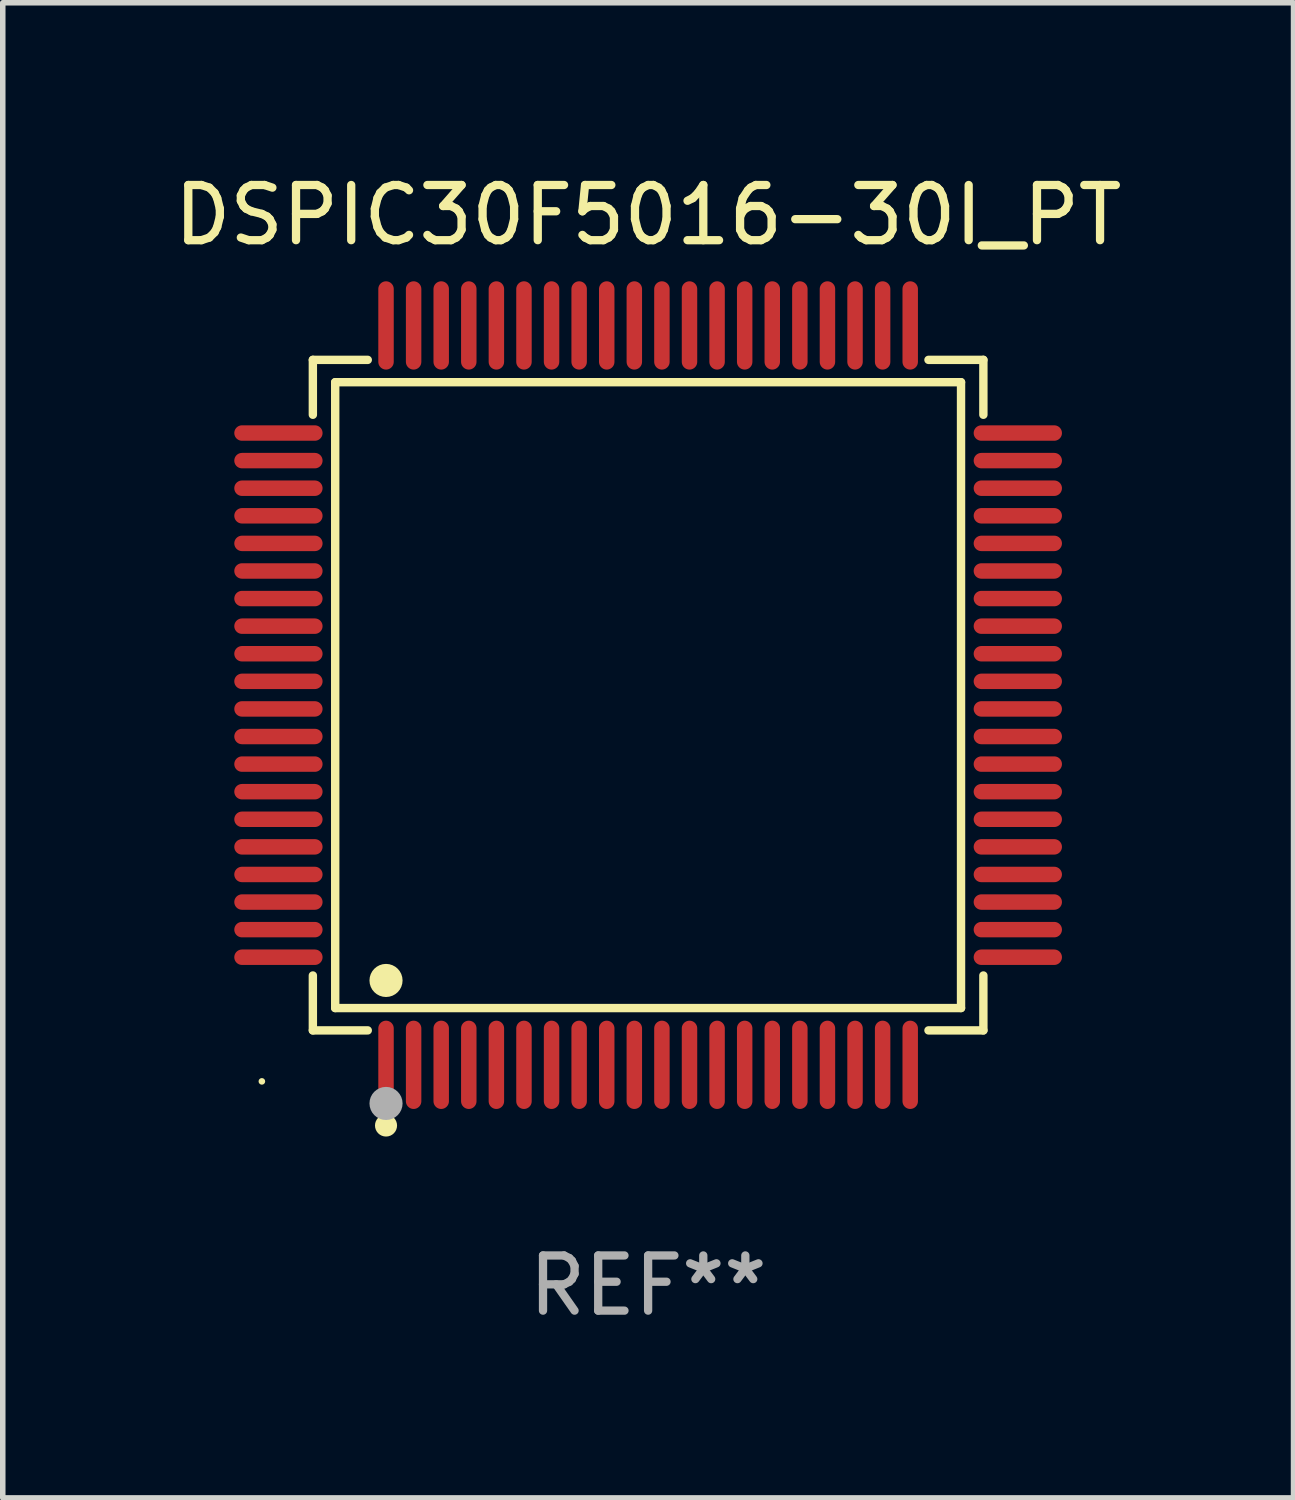
<source format=kicad_pcb>
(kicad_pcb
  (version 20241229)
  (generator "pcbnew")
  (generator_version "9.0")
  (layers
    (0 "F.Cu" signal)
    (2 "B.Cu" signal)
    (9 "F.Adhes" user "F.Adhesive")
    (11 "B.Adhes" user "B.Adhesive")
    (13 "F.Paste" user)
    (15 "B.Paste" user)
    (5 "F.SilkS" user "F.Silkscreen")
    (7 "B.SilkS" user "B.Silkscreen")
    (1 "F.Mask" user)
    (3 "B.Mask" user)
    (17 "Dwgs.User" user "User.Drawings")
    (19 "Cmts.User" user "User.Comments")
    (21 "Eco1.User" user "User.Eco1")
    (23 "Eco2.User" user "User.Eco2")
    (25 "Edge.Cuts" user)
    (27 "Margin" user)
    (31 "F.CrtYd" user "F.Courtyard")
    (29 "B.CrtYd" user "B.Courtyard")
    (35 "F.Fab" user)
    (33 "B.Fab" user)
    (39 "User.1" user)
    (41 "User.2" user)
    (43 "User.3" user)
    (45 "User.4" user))
  (footprint "DSPIC30F5016-30I_PT"
    (layer "F.Cu")
    (at 8.696 9.548)
    (property "Reference" "DSPIC30F5016-30I_PT" (at 0 -8.7 0) (layer "F.SilkS") (effects (font (size 1 1) (thickness 0.15))))
    (attr through_hole)
    (fp_line (start -6.076 -6.076) (end -5.081 -6.076) (stroke (width 0.152) (type solid)) (layer "F.SilkS"))
    (fp_line (start -6.076 -5.081) (end -6.076 -6.076) (stroke (width 0.152) (type solid)) (layer "F.SilkS"))
    (fp_line (start -6.076 5.081) (end -6.076 6.076) (stroke (width 0.152) (type solid)) (layer "F.SilkS"))
    (fp_line (start -6.076 6.076) (end -5.081 6.076) (stroke (width 0.152) (type solid)) (layer "F.SilkS"))
    (fp_line (start -5.671 -5.671) (end 5.671 -5.671) (stroke (width 0.152) (type solid)) (layer "F.SilkS"))
    (fp_line (start -5.671 5.671) (end -5.671 -5.671) (stroke (width 0.152) (type solid)) (layer "F.SilkS"))
    (fp_line (start 5.671 -5.671) (end 5.671 5.671) (stroke (width 0.152) (type solid)) (layer "F.SilkS"))
    (fp_line (start 5.671 5.671) (end -5.671 5.671) (stroke (width 0.152) (type solid)) (layer "F.SilkS"))
    (fp_line (start 6.076 -6.076) (end 5.081 -6.076) (stroke (width 0.152) (type solid)) (layer "F.SilkS"))
    (fp_line (start 6.076 -5.081) (end 6.076 -6.076) (stroke (width 0.152) (type solid)) (layer "F.SilkS"))
    (fp_line (start 6.076 5.081) (end 6.076 6.076) (stroke (width 0.152) (type solid)) (layer "F.SilkS"))
    (fp_line (start 6.076 6.076) (end 5.081 6.076) (stroke (width 0.152) (type solid)) (layer "F.SilkS"))
    (fp_circle (center -7 7) (end -6.97 7) (stroke (width 0.06) (type solid)) (fill no) (layer "F.SilkS"))
    (fp_circle (center -4.75 5.171) (end -4.6 5.171) (stroke (width 0.3) (type solid)) (fill no) (layer "F.SilkS"))
    (fp_circle (center -4.75 7.8) (end -4.65 7.8) (stroke (width 0.2) (type solid)) (fill no) (layer "F.SilkS"))
    (fp_circle (center -4.75 7.4) (end -4.6 7.4) (stroke (width 0.3) (type solid)) (fill no) (layer "F.Fab"))
    (fp_text user "REF**" (at 0 10.7 0) (layer "F.Fab") (effects (font (size 1 1) (thickness 0.15))))
    (pad "1" smd oval (at -4.75 6.7) (size 0.28 1.6) (layers "F.Cu" "F.Mask" "F.Paste"))
    (pad "2" smd oval (at -4.25 6.7) (size 0.28 1.6) (layers "F.Cu" "F.Mask" "F.Paste"))
    (pad "3" smd oval (at -3.75 6.7) (size 0.28 1.6) (layers "F.Cu" "F.Mask" "F.Paste"))
    (pad "4" smd oval (at -3.25 6.7) (size 0.28 1.6) (layers "F.Cu" "F.Mask" "F.Paste"))
    (pad "5" smd oval (at -2.75 6.7) (size 0.28 1.6) (layers "F.Cu" "F.Mask" "F.Paste"))
    (pad "6" smd oval (at -2.25 6.7) (size 0.28 1.6) (layers "F.Cu" "F.Mask" "F.Paste"))
    (pad "7" smd oval (at -1.75 6.7) (size 0.28 1.6) (layers "F.Cu" "F.Mask" "F.Paste"))
    (pad "8" smd oval (at -1.25 6.7) (size 0.28 1.6) (layers "F.Cu" "F.Mask" "F.Paste"))
    (pad "9" smd oval (at -0.75 6.7) (size 0.28 1.6) (layers "F.Cu" "F.Mask" "F.Paste"))
    (pad "10" smd oval (at -0.25 6.7) (size 0.28 1.6) (layers "F.Cu" "F.Mask" "F.Paste"))
    (pad "11" smd oval (at 0.25 6.7) (size 0.28 1.6) (layers "F.Cu" "F.Mask" "F.Paste"))
    (pad "12" smd oval (at 0.75 6.7) (size 0.28 1.6) (layers "F.Cu" "F.Mask" "F.Paste"))
    (pad "13" smd oval (at 1.25 6.7) (size 0.28 1.6) (layers "F.Cu" "F.Mask" "F.Paste"))
    (pad "14" smd oval (at 1.75 6.7) (size 0.28 1.6) (layers "F.Cu" "F.Mask" "F.Paste"))
    (pad "15" smd oval (at 2.25 6.7) (size 0.28 1.6) (layers "F.Cu" "F.Mask" "F.Paste"))
    (pad "16" smd oval (at 2.75 6.7) (size 0.28 1.6) (layers "F.Cu" "F.Mask" "F.Paste"))
    (pad "17" smd oval (at 3.25 6.7) (size 0.28 1.6) (layers "F.Cu" "F.Mask" "F.Paste"))
    (pad "18" smd oval (at 3.75 6.7) (size 0.28 1.6) (layers "F.Cu" "F.Mask" "F.Paste"))
    (pad "19" smd oval (at 4.25 6.7) (size 0.28 1.6) (layers "F.Cu" "F.Mask" "F.Paste"))
    (pad "20" smd oval (at 4.75 6.7) (size 0.28 1.6) (layers "F.Cu" "F.Mask" "F.Paste"))
    (pad "21" smd oval (at 6.7 4.75) (size 1.6 0.28) (layers "F.Cu" "F.Mask" "F.Paste"))
    (pad "22" smd oval (at 6.7 4.25) (size 1.6 0.28) (layers "F.Cu" "F.Mask" "F.Paste"))
    (pad "23" smd oval (at 6.7 3.75) (size 1.6 0.28) (layers "F.Cu" "F.Mask" "F.Paste"))
    (pad "24" smd oval (at 6.7 3.25) (size 1.6 0.28) (layers "F.Cu" "F.Mask" "F.Paste"))
    (pad "25" smd oval (at 6.7 2.75) (size 1.6 0.28) (layers "F.Cu" "F.Mask" "F.Paste"))
    (pad "26" smd oval (at 6.7 2.25) (size 1.6 0.28) (layers "F.Cu" "F.Mask" "F.Paste"))
    (pad "27" smd oval (at 6.7 1.75) (size 1.6 0.28) (layers "F.Cu" "F.Mask" "F.Paste"))
    (pad "28" smd oval (at 6.7 1.25) (size 1.6 0.28) (layers "F.Cu" "F.Mask" "F.Paste"))
    (pad "29" smd oval (at 6.7 0.75) (size 1.6 0.28) (layers "F.Cu" "F.Mask" "F.Paste"))
    (pad "30" smd oval (at 6.7 0.25) (size 1.6 0.28) (layers "F.Cu" "F.Mask" "F.Paste"))
    (pad "31" smd oval (at 6.7 -0.25) (size 1.6 0.28) (layers "F.Cu" "F.Mask" "F.Paste"))
    (pad "32" smd oval (at 6.7 -0.75) (size 1.6 0.28) (layers "F.Cu" "F.Mask" "F.Paste"))
    (pad "33" smd oval (at 6.7 -1.25) (size 1.6 0.28) (layers "F.Cu" "F.Mask" "F.Paste"))
    (pad "34" smd oval (at 6.7 -1.75) (size 1.6 0.28) (layers "F.Cu" "F.Mask" "F.Paste"))
    (pad "35" smd oval (at 6.7 -2.25) (size 1.6 0.28) (layers "F.Cu" "F.Mask" "F.Paste"))
    (pad "36" smd oval (at 6.7 -2.75) (size 1.6 0.28) (layers "F.Cu" "F.Mask" "F.Paste"))
    (pad "37" smd oval (at 6.7 -3.25) (size 1.6 0.28) (layers "F.Cu" "F.Mask" "F.Paste"))
    (pad "38" smd oval (at 6.7 -3.75) (size 1.6 0.28) (layers "F.Cu" "F.Mask" "F.Paste"))
    (pad "39" smd oval (at 6.7 -4.25) (size 1.6 0.28) (layers "F.Cu" "F.Mask" "F.Paste"))
    (pad "40" smd oval (at 6.7 -4.75) (size 1.6 0.28) (layers "F.Cu" "F.Mask" "F.Paste"))
    (pad "41" smd oval (at 4.75 -6.7) (size 0.28 1.6) (layers "F.Cu" "F.Mask" "F.Paste"))
    (pad "42" smd oval (at 4.25 -6.7) (size 0.28 1.6) (layers "F.Cu" "F.Mask" "F.Paste"))
    (pad "43" smd oval (at 3.75 -6.7) (size 0.28 1.6) (layers "F.Cu" "F.Mask" "F.Paste"))
    (pad "44" smd oval (at 3.25 -6.7) (size 0.28 1.6) (layers "F.Cu" "F.Mask" "F.Paste"))
    (pad "45" smd oval (at 2.75 -6.7) (size 0.28 1.6) (layers "F.Cu" "F.Mask" "F.Paste"))
    (pad "46" smd oval (at 2.25 -6.7) (size 0.28 1.6) (layers "F.Cu" "F.Mask" "F.Paste"))
    (pad "47" smd oval (at 1.75 -6.7) (size 0.28 1.6) (layers "F.Cu" "F.Mask" "F.Paste"))
    (pad "48" smd oval (at 1.25 -6.7) (size 0.28 1.6) (layers "F.Cu" "F.Mask" "F.Paste"))
    (pad "49" smd oval (at 0.75 -6.7) (size 0.28 1.6) (layers "F.Cu" "F.Mask" "F.Paste"))
    (pad "50" smd oval (at 0.25 -6.7) (size 0.28 1.6) (layers "F.Cu" "F.Mask" "F.Paste"))
    (pad "51" smd oval (at -0.25 -6.7) (size 0.28 1.6) (layers "F.Cu" "F.Mask" "F.Paste"))
    (pad "52" smd oval (at -0.75 -6.7) (size 0.28 1.6) (layers "F.Cu" "F.Mask" "F.Paste"))
    (pad "53" smd oval (at -1.25 -6.7) (size 0.28 1.6) (layers "F.Cu" "F.Mask" "F.Paste"))
    (pad "54" smd oval (at -1.75 -6.7) (size 0.28 1.6) (layers "F.Cu" "F.Mask" "F.Paste"))
    (pad "55" smd oval (at -2.25 -6.7) (size 0.28 1.6) (layers "F.Cu" "F.Mask" "F.Paste"))
    (pad "56" smd oval (at -2.75 -6.7) (size 0.28 1.6) (layers "F.Cu" "F.Mask" "F.Paste"))
    (pad "57" smd oval (at -3.25 -6.7) (size 0.28 1.6) (layers "F.Cu" "F.Mask" "F.Paste"))
    (pad "58" smd oval (at -3.75 -6.7) (size 0.28 1.6) (layers "F.Cu" "F.Mask" "F.Paste"))
    (pad "59" smd oval (at -4.25 -6.7) (size 0.28 1.6) (layers "F.Cu" "F.Mask" "F.Paste"))
    (pad "60" smd oval (at -4.75 -6.7) (size 0.28 1.6) (layers "F.Cu" "F.Mask" "F.Paste"))
    (pad "61" smd oval (at -6.7 -4.75) (size 1.6 0.28) (layers "F.Cu" "F.Mask" "F.Paste"))
    (pad "62" smd oval (at -6.7 -4.25) (size 1.6 0.28) (layers "F.Cu" "F.Mask" "F.Paste"))
    (pad "63" smd oval (at -6.7 -3.75) (size 1.6 0.28) (layers "F.Cu" "F.Mask" "F.Paste"))
    (pad "64" smd oval (at -6.7 -3.25) (size 1.6 0.28) (layers "F.Cu" "F.Mask" "F.Paste"))
    (pad "65" smd oval (at -6.7 -2.75) (size 1.6 0.28) (layers "F.Cu" "F.Mask" "F.Paste"))
    (pad "66" smd oval (at -6.7 -2.25) (size 1.6 0.28) (layers "F.Cu" "F.Mask" "F.Paste"))
    (pad "67" smd oval (at -6.7 -1.75) (size 1.6 0.28) (layers "F.Cu" "F.Mask" "F.Paste"))
    (pad "68" smd oval (at -6.7 -1.25) (size 1.6 0.28) (layers "F.Cu" "F.Mask" "F.Paste"))
    (pad "69" smd oval (at -6.7 -0.75) (size 1.6 0.28) (layers "F.Cu" "F.Mask" "F.Paste"))
    (pad "70" smd oval (at -6.7 -0.25) (size 1.6 0.28) (layers "F.Cu" "F.Mask" "F.Paste"))
    (pad "71" smd oval (at -6.7 0.25) (size 1.6 0.28) (layers "F.Cu" "F.Mask" "F.Paste"))
    (pad "72" smd oval (at -6.7 0.75) (size 1.6 0.28) (layers "F.Cu" "F.Mask" "F.Paste"))
    (pad "73" smd oval (at -6.7 1.25) (size 1.6 0.28) (layers "F.Cu" "F.Mask" "F.Paste"))
    (pad "74" smd oval (at -6.7 1.75) (size 1.6 0.28) (layers "F.Cu" "F.Mask" "F.Paste"))
    (pad "75" smd oval (at -6.7 2.25) (size 1.6 0.28) (layers "F.Cu" "F.Mask" "F.Paste"))
    (pad "76" smd oval (at -6.7 2.75) (size 1.6 0.28) (layers "F.Cu" "F.Mask" "F.Paste"))
    (pad "77" smd oval (at -6.7 3.25) (size 1.6 0.28) (layers "F.Cu" "F.Mask" "F.Paste"))
    (pad "78" smd oval (at -6.7 3.75) (size 1.6 0.28) (layers "F.Cu" "F.Mask" "F.Paste"))
    (pad "79" smd oval (at -6.7 4.25) (size 1.6 0.28) (layers "F.Cu" "F.Mask" "F.Paste"))
    (pad "80" smd oval (at -6.7 4.75) (size 1.6 0.28) (layers "F.Cu" "F.Mask" "F.Paste")))
  (gr_rect
    (start -3 -3)
    (end 20.393 24.097)
    (stroke (width 0.1) (type default))
    (fill no)
    (layer "Edge.Cuts")))
</source>
